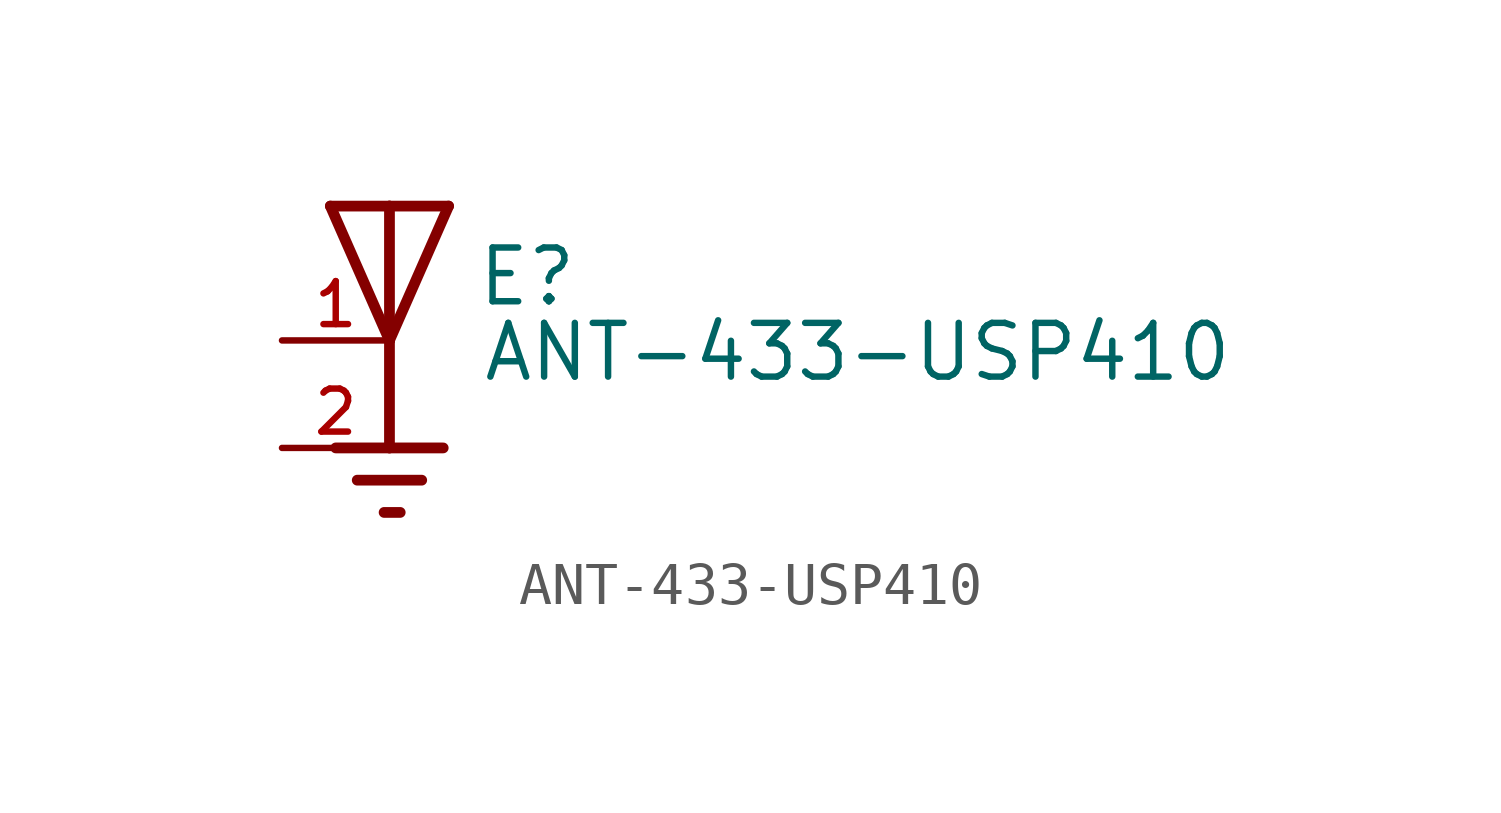
<source format=kicad_sym>
(kicad_symbol_lib
  (version 20211014)
  (generator kicad_symbol_editor)
  (symbol "ANT-433-USP410"
    (pin_names
      (offset 1.016))
    (property "Reference" "E"
      (at 2.034 0.763 0)
      (effects (font (size 1.27 1.27)) (justify bottom left)))
    (property "Value" "ANT-433-USP410"
      (at 2.163 -1.018 0)
      (effects (font (size 1.27 1.27)) (justify bottom left)))
    (symbol "ANT-433-USP410_0_0"
      (polyline (pts (xy -1.397 3.175) (xy 0.0 3.175)) (stroke (width 0.254)))
      (polyline (pts (xy 0.0 3.175) (xy 1.397 3.175)) (stroke (width 0.254)))
      (polyline (pts (xy 1.397 3.175) (xy 0.0 0.0)) (stroke (width 0.254)))
      (polyline (pts (xy 0.0 0.0) (xy -1.397 3.175)) (stroke (width 0.254)))
      (polyline (pts (xy 0.0 3.175) (xy 0.0 0.0)) (stroke (width 0.254)))
      (polyline (pts (xy 0.0 0.0) (xy 0.0 -2.54)) (stroke (width 0.254)))
      (polyline (pts (xy 0.0 -2.54) (xy -1.27 -2.54)) (stroke (width 0.254)))
      (polyline (pts (xy 0.0 -2.54) (xy 1.27 -2.54)) (stroke (width 0.254)))
      (polyline (pts (xy -0.762 -3.302) (xy 0.762 -3.302)) (stroke (width 0.254)))
      (polyline (pts (xy -0.127 -4.064) (xy 0.254 -4.064)) (stroke (width 0.254)))
      (pin passive line (at -2.54 0.0 0) (length 2.54) (name "~" (effects (font (size 1.016 1.016)))) (number "1" (effects (font (size 1.016 1.016)))))
      (pin power_in line (at -2.54 -2.54 0) (length 2.54) (name "~" (effects (font (size 1.016 1.016)))) (number "2" (effects (font (size 1.016 1.016))))))))
</source>
